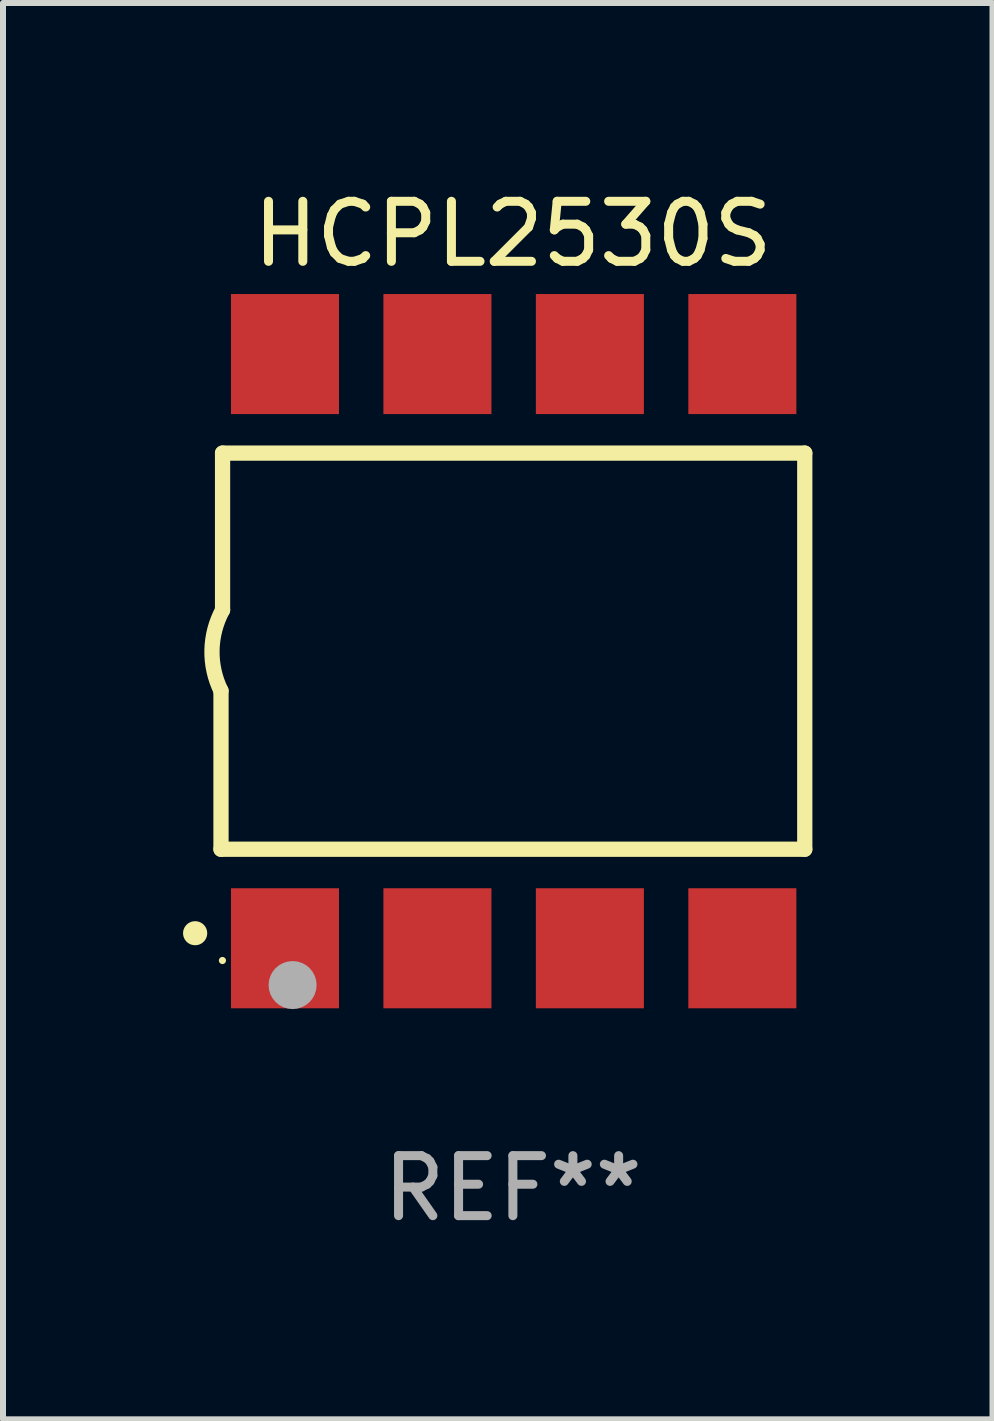
<source format=kicad_pcb>
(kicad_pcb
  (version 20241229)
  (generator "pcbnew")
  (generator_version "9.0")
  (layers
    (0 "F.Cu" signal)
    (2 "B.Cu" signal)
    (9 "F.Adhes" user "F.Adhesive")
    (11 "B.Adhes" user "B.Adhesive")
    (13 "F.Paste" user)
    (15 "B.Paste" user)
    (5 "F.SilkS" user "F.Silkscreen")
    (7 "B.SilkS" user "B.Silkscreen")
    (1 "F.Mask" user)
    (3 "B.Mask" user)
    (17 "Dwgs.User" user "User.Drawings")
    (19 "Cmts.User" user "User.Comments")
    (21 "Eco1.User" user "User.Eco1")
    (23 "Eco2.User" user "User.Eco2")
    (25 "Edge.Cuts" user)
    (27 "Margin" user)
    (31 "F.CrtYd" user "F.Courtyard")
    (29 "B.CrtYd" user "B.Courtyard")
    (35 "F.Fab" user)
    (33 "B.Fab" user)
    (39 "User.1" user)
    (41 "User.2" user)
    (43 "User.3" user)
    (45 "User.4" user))
  (footprint "HCPL2530S"
    (layer "F.Cu")
    (at 5.495 7.799)
    (property "Reference" "HCPL2530S" (at 0 -6.95 0) (layer "F.SilkS") (effects (font (size 1 1) (thickness 0.15))))
    (attr through_hole)
    (fp_line (start -4.863 3.3) (end -4.863 0.66) (stroke (width 0.254) (type solid)) (layer "F.SilkS"))
    (fp_line (start -4.837 -3.3) (end -4.837 -0.686) (stroke (width 0.254) (type solid)) (layer "F.SilkS"))
    (fp_line (start -4.837 -3.3) (end 4.863 -3.3) (stroke (width 0.254) (type solid)) (layer "F.SilkS"))
    (fp_line (start 4.863 -3.3) (end 4.863 3.3) (stroke (width 0.254) (type solid)) (layer "F.SilkS"))
    (fp_line (start 4.863 3.3) (end -4.863 3.3) (stroke (width 0.254) (type solid)) (layer "F.SilkS"))
    (fp_arc (start -5.295212 4.699009) (mid -5.293942 4.699005) (end -5.292672 4.699009) (stroke (width 0.4) (type solid)) (layer "F.SilkS"))
    (fp_arc (start -4.863411 0.660401) (mid -5.013163 -0.015948) (end -4.836614 -0.685801) (stroke (width 0.254001) (type solid)) (layer "F.SilkS"))
    (fp_circle (center -4.839 5.154) (end -4.809 5.154) (stroke (width 0.06) (type solid)) (fill no) (layer "F.SilkS"))
    (fp_circle (center -3.67 5.563) (end -3.47 5.563) (stroke (width 0.4) (type solid)) (fill no) (layer "F.Fab"))
    (fp_text user "REF**" (at 0 8.95 0) (layer "F.Fab") (effects (font (size 1 1) (thickness 0.15))))
    (pad "1" smd rect (at -3.797 4.95) (size 1.8 2) (layers "F.Cu" "F.Mask" "F.Paste"))
    (pad "2" smd rect (at -1.257 4.95) (size 1.8 2) (layers "F.Cu" "F.Mask" "F.Paste"))
    (pad "3" smd rect (at 1.283 4.95) (size 1.8 2) (layers "F.Cu" "F.Mask" "F.Paste"))
    (pad "4" smd rect (at 3.823 4.95) (size 1.8 2) (layers "F.Cu" "F.Mask" "F.Paste"))
    (pad "5" smd rect (at 3.823 -4.95 180) (size 1.8 2) (layers "F.Cu" "F.Mask" "F.Paste"))
    (pad "6" smd rect (at 1.283 -4.95 180) (size 1.8 2) (layers "F.Cu" "F.Mask" "F.Paste"))
    (pad "7" smd rect (at -1.257 -4.95 180) (size 1.8 2) (layers "F.Cu" "F.Mask" "F.Paste"))
    (pad "8" smd rect (at -3.797 -4.95 180) (size 1.8 2) (layers "F.Cu" "F.Mask" "F.Paste")))
  (gr_rect
    (start -3 -3)
    (end 13.486 20.597)
    (stroke (width 0.1) (type default))
    (fill no)
    (layer "Edge.Cuts")))
</source>
